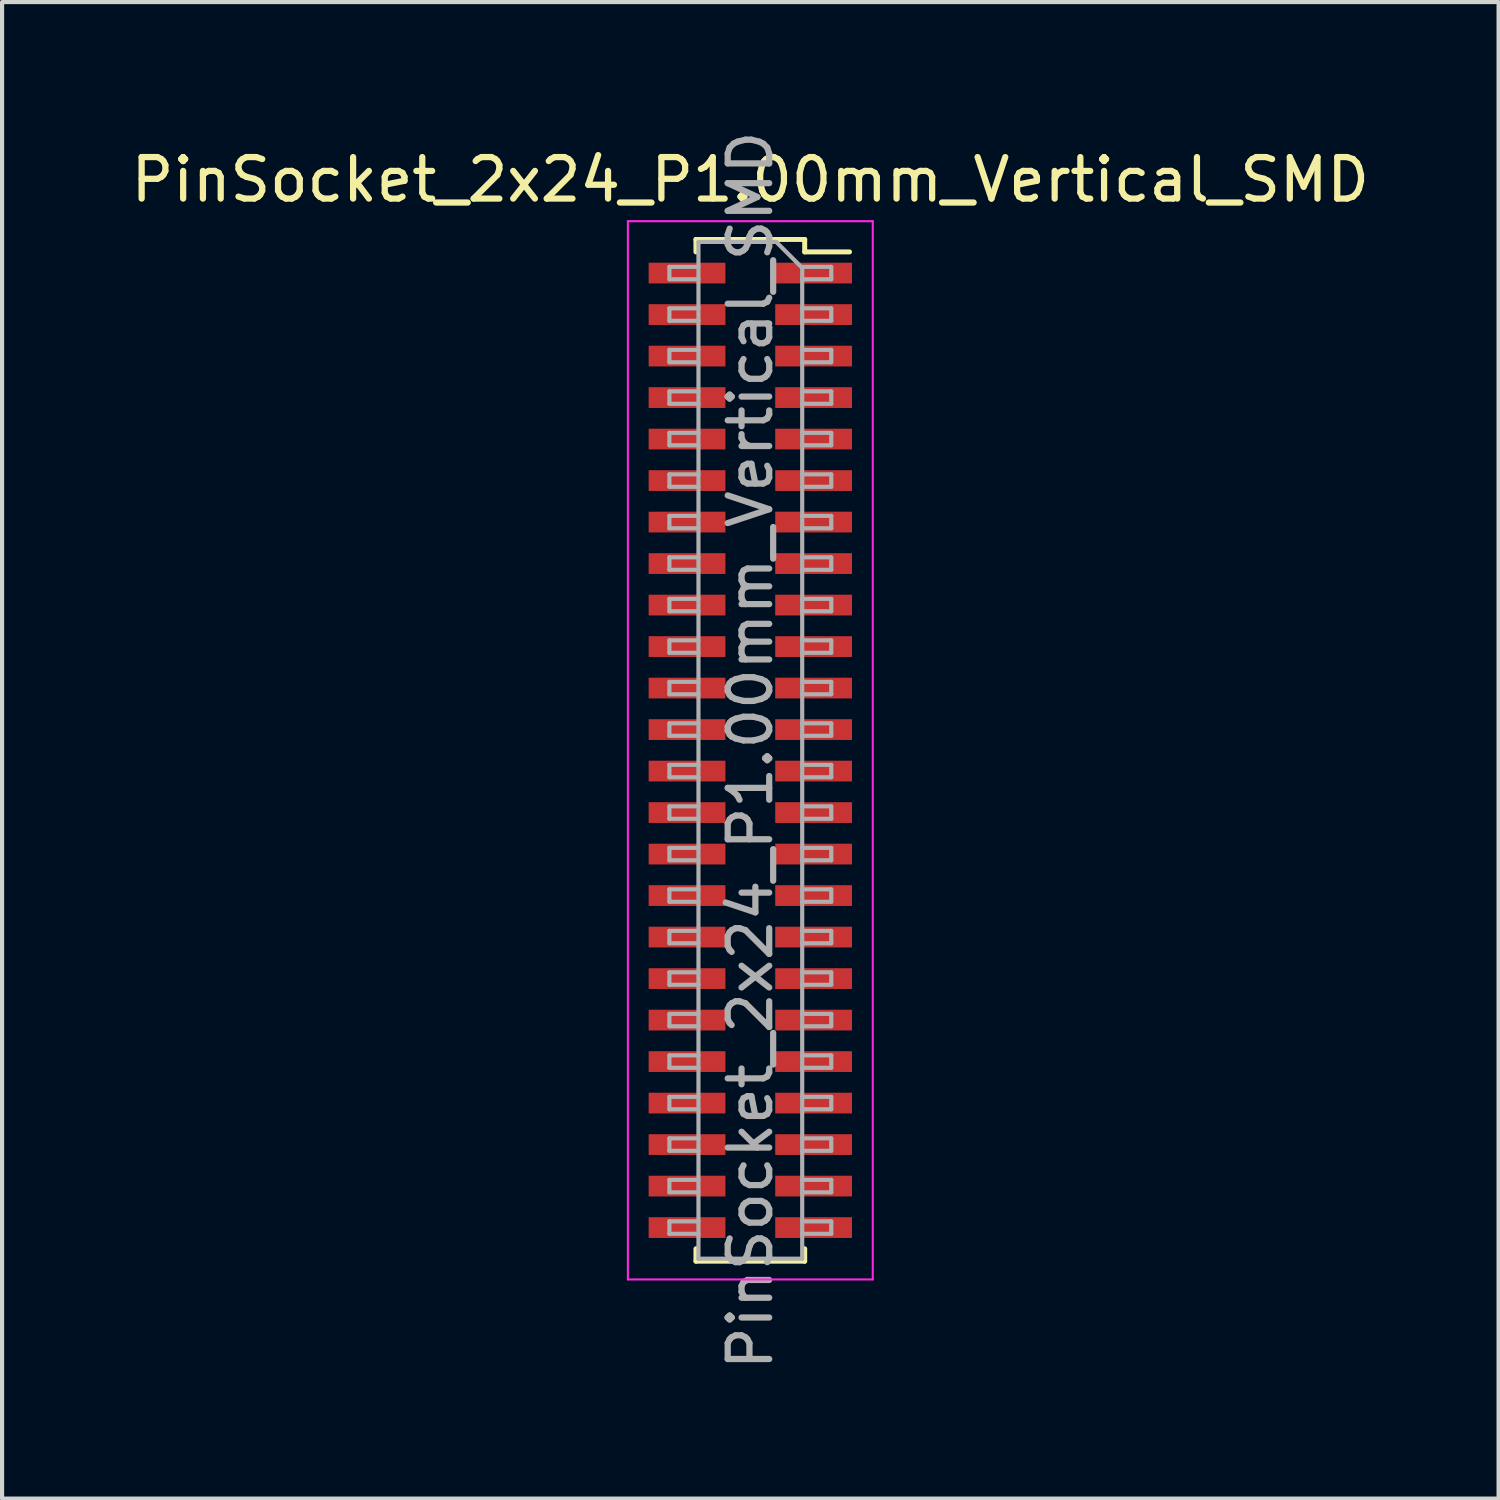
<source format=kicad_pcb>
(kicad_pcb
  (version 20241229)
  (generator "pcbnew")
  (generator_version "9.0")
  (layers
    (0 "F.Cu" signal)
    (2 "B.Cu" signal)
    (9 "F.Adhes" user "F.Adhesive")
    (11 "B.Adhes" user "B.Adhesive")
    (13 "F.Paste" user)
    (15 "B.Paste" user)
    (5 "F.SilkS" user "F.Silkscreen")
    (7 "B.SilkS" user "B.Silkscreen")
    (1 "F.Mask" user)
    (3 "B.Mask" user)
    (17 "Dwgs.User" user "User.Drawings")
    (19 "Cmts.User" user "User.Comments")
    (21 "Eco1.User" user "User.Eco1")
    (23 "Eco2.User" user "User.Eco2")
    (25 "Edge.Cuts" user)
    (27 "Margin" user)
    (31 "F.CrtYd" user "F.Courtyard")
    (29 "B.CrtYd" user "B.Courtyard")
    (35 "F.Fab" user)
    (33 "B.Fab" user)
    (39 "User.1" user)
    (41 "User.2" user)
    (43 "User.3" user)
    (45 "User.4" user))
  (footprint "PinSocket_2x24_P1.00mm_Vertical_SMD"
    (layer "F.Cu")
    (at 15.03 15.03)
    (property "Reference" "PinSocket_2x24_P1.00mm_Vertical_SMD" (at 0 -13.75 0) (layer "F.SilkS") (effects (font (size 1 1) (thickness 0.15))))
    (attr smd)
    (fp_line (start -1.31 -12.31) (end -1.31 -12.01) (stroke (width 0.12) (type solid)) (layer "F.SilkS"))
    (fp_line (start -1.31 -12.31) (end 1.31 -12.31) (stroke (width 0.12) (type solid)) (layer "F.SilkS"))
    (fp_line (start -1.31 12.01) (end -1.31 12.31) (stroke (width 0.12) (type solid)) (layer "F.SilkS"))
    (fp_line (start -1.31 12.31) (end 1.31 12.31) (stroke (width 0.12) (type solid)) (layer "F.SilkS"))
    (fp_line (start 1.31 -12.31) (end 1.31 -12.01) (stroke (width 0.12) (type solid)) (layer "F.SilkS"))
    (fp_line (start 1.31 -12.01) (end 2.39 -12.01) (stroke (width 0.12) (type solid)) (layer "F.SilkS"))
    (fp_line (start 1.31 12.01) (end 1.31 12.31) (stroke (width 0.12) (type solid)) (layer "F.SilkS"))
    (fp_line (start -2.95 -12.75) (end 2.95 -12.75) (stroke (width 0.05) (type solid)) (layer "F.CrtYd"))
    (fp_line (start -2.95 12.75) (end -2.95 -12.75) (stroke (width 0.05) (type solid)) (layer "F.CrtYd"))
    (fp_line (start 2.95 -12.75) (end 2.95 12.75) (stroke (width 0.05) (type solid)) (layer "F.CrtYd"))
    (fp_line (start 2.95 12.75) (end -2.95 12.75) (stroke (width 0.05) (type solid)) (layer "F.CrtYd"))
    (fp_line (start -1.95 -11.65) (end -1.25 -11.65) (stroke (width 0.1) (type solid)) (layer "F.Fab"))
    (fp_line (start -1.95 -11.35) (end -1.95 -11.65) (stroke (width 0.1) (type solid)) (layer "F.Fab"))
    (fp_line (start -1.95 -10.65) (end -1.25 -10.65) (stroke (width 0.1) (type solid)) (layer "F.Fab"))
    (fp_line (start -1.95 -10.35) (end -1.95 -10.65) (stroke (width 0.1) (type solid)) (layer "F.Fab"))
    (fp_line (start -1.95 -9.65) (end -1.25 -9.65) (stroke (width 0.1) (type solid)) (layer "F.Fab"))
    (fp_line (start -1.95 -9.35) (end -1.95 -9.65) (stroke (width 0.1) (type solid)) (layer "F.Fab"))
    (fp_line (start -1.95 -8.65) (end -1.25 -8.65) (stroke (width 0.1) (type solid)) (layer "F.Fab"))
    (fp_line (start -1.95 -8.35) (end -1.95 -8.65) (stroke (width 0.1) (type solid)) (layer "F.Fab"))
    (fp_line (start -1.95 -7.65) (end -1.25 -7.65) (stroke (width 0.1) (type solid)) (layer "F.Fab"))
    (fp_line (start -1.95 -7.35) (end -1.95 -7.65) (stroke (width 0.1) (type solid)) (layer "F.Fab"))
    (fp_line (start -1.95 -6.65) (end -1.25 -6.65) (stroke (width 0.1) (type solid)) (layer "F.Fab"))
    (fp_line (start -1.95 -6.35) (end -1.95 -6.65) (stroke (width 0.1) (type solid)) (layer "F.Fab"))
    (fp_line (start -1.95 -5.65) (end -1.25 -5.65) (stroke (width 0.1) (type solid)) (layer "F.Fab"))
    (fp_line (start -1.95 -5.35) (end -1.95 -5.65) (stroke (width 0.1) (type solid)) (layer "F.Fab"))
    (fp_line (start -1.95 -4.65) (end -1.25 -4.65) (stroke (width 0.1) (type solid)) (layer "F.Fab"))
    (fp_line (start -1.95 -4.35) (end -1.95 -4.65) (stroke (width 0.1) (type solid)) (layer "F.Fab"))
    (fp_line (start -1.95 -3.65) (end -1.25 -3.65) (stroke (width 0.1) (type solid)) (layer "F.Fab"))
    (fp_line (start -1.95 -3.35) (end -1.95 -3.65) (stroke (width 0.1) (type solid)) (layer "F.Fab"))
    (fp_line (start -1.95 -2.65) (end -1.25 -2.65) (stroke (width 0.1) (type solid)) (layer "F.Fab"))
    (fp_line (start -1.95 -2.35) (end -1.95 -2.65) (stroke (width 0.1) (type solid)) (layer "F.Fab"))
    (fp_line (start -1.95 -1.65) (end -1.25 -1.65) (stroke (width 0.1) (type solid)) (layer "F.Fab"))
    (fp_line (start -1.95 -1.35) (end -1.95 -1.65) (stroke (width 0.1) (type solid)) (layer "F.Fab"))
    (fp_line (start -1.95 -0.65) (end -1.25 -0.65) (stroke (width 0.1) (type solid)) (layer "F.Fab"))
    (fp_line (start -1.95 -0.35) (end -1.95 -0.65) (stroke (width 0.1) (type solid)) (layer "F.Fab"))
    (fp_line (start -1.95 0.35) (end -1.25 0.35) (stroke (width 0.1) (type solid)) (layer "F.Fab"))
    (fp_line (start -1.95 0.65) (end -1.95 0.35) (stroke (width 0.1) (type solid)) (layer "F.Fab"))
    (fp_line (start -1.95 1.35) (end -1.25 1.35) (stroke (width 0.1) (type solid)) (layer "F.Fab"))
    (fp_line (start -1.95 1.65) (end -1.95 1.35) (stroke (width 0.1) (type solid)) (layer "F.Fab"))
    (fp_line (start -1.95 2.35) (end -1.25 2.35) (stroke (width 0.1) (type solid)) (layer "F.Fab"))
    (fp_line (start -1.95 2.65) (end -1.95 2.35) (stroke (width 0.1) (type solid)) (layer "F.Fab"))
    (fp_line (start -1.95 3.35) (end -1.25 3.35) (stroke (width 0.1) (type solid)) (layer "F.Fab"))
    (fp_line (start -1.95 3.65) (end -1.95 3.35) (stroke (width 0.1) (type solid)) (layer "F.Fab"))
    (fp_line (start -1.95 4.35) (end -1.25 4.35) (stroke (width 0.1) (type solid)) (layer "F.Fab"))
    (fp_line (start -1.95 4.65) (end -1.95 4.35) (stroke (width 0.1) (type solid)) (layer "F.Fab"))
    (fp_line (start -1.95 5.35) (end -1.25 5.35) (stroke (width 0.1) (type solid)) (layer "F.Fab"))
    (fp_line (start -1.95 5.65) (end -1.95 5.35) (stroke (width 0.1) (type solid)) (layer "F.Fab"))
    (fp_line (start -1.95 6.35) (end -1.25 6.35) (stroke (width 0.1) (type solid)) (layer "F.Fab"))
    (fp_line (start -1.95 6.65) (end -1.95 6.35) (stroke (width 0.1) (type solid)) (layer "F.Fab"))
    (fp_line (start -1.95 7.35) (end -1.25 7.35) (stroke (width 0.1) (type solid)) (layer "F.Fab"))
    (fp_line (start -1.95 7.65) (end -1.95 7.35) (stroke (width 0.1) (type solid)) (layer "F.Fab"))
    (fp_line (start -1.95 8.35) (end -1.25 8.35) (stroke (width 0.1) (type solid)) (layer "F.Fab"))
    (fp_line (start -1.95 8.65) (end -1.95 8.35) (stroke (width 0.1) (type solid)) (layer "F.Fab"))
    (fp_line (start -1.95 9.35) (end -1.25 9.35) (stroke (width 0.1) (type solid)) (layer "F.Fab"))
    (fp_line (start -1.95 9.65) (end -1.95 9.35) (stroke (width 0.1) (type solid)) (layer "F.Fab"))
    (fp_line (start -1.95 10.35) (end -1.25 10.35) (stroke (width 0.1) (type solid)) (layer "F.Fab"))
    (fp_line (start -1.95 10.65) (end -1.95 10.35) (stroke (width 0.1) (type solid)) (layer "F.Fab"))
    (fp_line (start -1.95 11.35) (end -1.25 11.35) (stroke (width 0.1) (type solid)) (layer "F.Fab"))
    (fp_line (start -1.95 11.65) (end -1.95 11.35) (stroke (width 0.1) (type solid)) (layer "F.Fab"))
    (fp_line (start -1.25 -12.25) (end 0.625 -12.25) (stroke (width 0.1) (type solid)) (layer "F.Fab"))
    (fp_line (start -1.25 -11.35) (end -1.95 -11.35) (stroke (width 0.1) (type solid)) (layer "F.Fab"))
    (fp_line (start -1.25 -10.35) (end -1.95 -10.35) (stroke (width 0.1) (type solid)) (layer "F.Fab"))
    (fp_line (start -1.25 -9.35) (end -1.95 -9.35) (stroke (width 0.1) (type solid)) (layer "F.Fab"))
    (fp_line (start -1.25 -8.35) (end -1.95 -8.35) (stroke (width 0.1) (type solid)) (layer "F.Fab"))
    (fp_line (start -1.25 -7.35) (end -1.95 -7.35) (stroke (width 0.1) (type solid)) (layer "F.Fab"))
    (fp_line (start -1.25 -6.35) (end -1.95 -6.35) (stroke (width 0.1) (type solid)) (layer "F.Fab"))
    (fp_line (start -1.25 -5.35) (end -1.95 -5.35) (stroke (width 0.1) (type solid)) (layer "F.Fab"))
    (fp_line (start -1.25 -4.35) (end -1.95 -4.35) (stroke (width 0.1) (type solid)) (layer "F.Fab"))
    (fp_line (start -1.25 -3.35) (end -1.95 -3.35) (stroke (width 0.1) (type solid)) (layer "F.Fab"))
    (fp_line (start -1.25 -2.35) (end -1.95 -2.35) (stroke (width 0.1) (type solid)) (layer "F.Fab"))
    (fp_line (start -1.25 -1.35) (end -1.95 -1.35) (stroke (width 0.1) (type solid)) (layer "F.Fab"))
    (fp_line (start -1.25 -0.35) (end -1.95 -0.35) (stroke (width 0.1) (type solid)) (layer "F.Fab"))
    (fp_line (start -1.25 0.65) (end -1.95 0.65) (stroke (width 0.1) (type solid)) (layer "F.Fab"))
    (fp_line (start -1.25 1.65) (end -1.95 1.65) (stroke (width 0.1) (type solid)) (layer "F.Fab"))
    (fp_line (start -1.25 2.65) (end -1.95 2.65) (stroke (width 0.1) (type solid)) (layer "F.Fab"))
    (fp_line (start -1.25 3.65) (end -1.95 3.65) (stroke (width 0.1) (type solid)) (layer "F.Fab"))
    (fp_line (start -1.25 4.65) (end -1.95 4.65) (stroke (width 0.1) (type solid)) (layer "F.Fab"))
    (fp_line (start -1.25 5.65) (end -1.95 5.65) (stroke (width 0.1) (type solid)) (layer "F.Fab"))
    (fp_line (start -1.25 6.65) (end -1.95 6.65) (stroke (width 0.1) (type solid)) (layer "F.Fab"))
    (fp_line (start -1.25 7.65) (end -1.95 7.65) (stroke (width 0.1) (type solid)) (layer "F.Fab"))
    (fp_line (start -1.25 8.65) (end -1.95 8.65) (stroke (width 0.1) (type solid)) (layer "F.Fab"))
    (fp_line (start -1.25 9.65) (end -1.95 9.65) (stroke (width 0.1) (type solid)) (layer "F.Fab"))
    (fp_line (start -1.25 10.65) (end -1.95 10.65) (stroke (width 0.1) (type solid)) (layer "F.Fab"))
    (fp_line (start -1.25 11.65) (end -1.95 11.65) (stroke (width 0.1) (type solid)) (layer "F.Fab"))
    (fp_line (start -1.25 12.25) (end -1.25 -12.25) (stroke (width 0.1) (type solid)) (layer "F.Fab"))
    (fp_line (start 0.625 -12.25) (end 1.25 -11.625) (stroke (width 0.1) (type solid)) (layer "F.Fab"))
    (fp_line (start 1.25 -11.65) (end 1.95 -11.65) (stroke (width 0.1) (type solid)) (layer "F.Fab"))
    (fp_line (start 1.25 -11.625) (end 1.25 12.25) (stroke (width 0.1) (type solid)) (layer "F.Fab"))
    (fp_line (start 1.25 -10.65) (end 1.95 -10.65) (stroke (width 0.1) (type solid)) (layer "F.Fab"))
    (fp_line (start 1.25 -9.65) (end 1.95 -9.65) (stroke (width 0.1) (type solid)) (layer "F.Fab"))
    (fp_line (start 1.25 -8.65) (end 1.95 -8.65) (stroke (width 0.1) (type solid)) (layer "F.Fab"))
    (fp_line (start 1.25 -7.65) (end 1.95 -7.65) (stroke (width 0.1) (type solid)) (layer "F.Fab"))
    (fp_line (start 1.25 -6.65) (end 1.95 -6.65) (stroke (width 0.1) (type solid)) (layer "F.Fab"))
    (fp_line (start 1.25 -5.65) (end 1.95 -5.65) (stroke (width 0.1) (type solid)) (layer "F.Fab"))
    (fp_line (start 1.25 -4.65) (end 1.95 -4.65) (stroke (width 0.1) (type solid)) (layer "F.Fab"))
    (fp_line (start 1.25 -3.65) (end 1.95 -3.65) (stroke (width 0.1) (type solid)) (layer "F.Fab"))
    (fp_line (start 1.25 -2.65) (end 1.95 -2.65) (stroke (width 0.1) (type solid)) (layer "F.Fab"))
    (fp_line (start 1.25 -1.65) (end 1.95 -1.65) (stroke (width 0.1) (type solid)) (layer "F.Fab"))
    (fp_line (start 1.25 -0.65) (end 1.95 -0.65) (stroke (width 0.1) (type solid)) (layer "F.Fab"))
    (fp_line (start 1.25 0.35) (end 1.95 0.35) (stroke (width 0.1) (type solid)) (layer "F.Fab"))
    (fp_line (start 1.25 1.35) (end 1.95 1.35) (stroke (width 0.1) (type solid)) (layer "F.Fab"))
    (fp_line (start 1.25 2.35) (end 1.95 2.35) (stroke (width 0.1) (type solid)) (layer "F.Fab"))
    (fp_line (start 1.25 3.35) (end 1.95 3.35) (stroke (width 0.1) (type solid)) (layer "F.Fab"))
    (fp_line (start 1.25 4.35) (end 1.95 4.35) (stroke (width 0.1) (type solid)) (layer "F.Fab"))
    (fp_line (start 1.25 5.35) (end 1.95 5.35) (stroke (width 0.1) (type solid)) (layer "F.Fab"))
    (fp_line (start 1.25 6.35) (end 1.95 6.35) (stroke (width 0.1) (type solid)) (layer "F.Fab"))
    (fp_line (start 1.25 7.35) (end 1.95 7.35) (stroke (width 0.1) (type solid)) (layer "F.Fab"))
    (fp_line (start 1.25 8.35) (end 1.95 8.35) (stroke (width 0.1) (type solid)) (layer "F.Fab"))
    (fp_line (start 1.25 9.35) (end 1.95 9.35) (stroke (width 0.1) (type solid)) (layer "F.Fab"))
    (fp_line (start 1.25 10.35) (end 1.95 10.35) (stroke (width 0.1) (type solid)) (layer "F.Fab"))
    (fp_line (start 1.25 11.35) (end 1.95 11.35) (stroke (width 0.1) (type solid)) (layer "F.Fab"))
    (fp_line (start 1.25 12.25) (end -1.25 12.25) (stroke (width 0.1) (type solid)) (layer "F.Fab"))
    (fp_line (start 1.95 -11.65) (end 1.95 -11.35) (stroke (width 0.1) (type solid)) (layer "F.Fab"))
    (fp_line (start 1.95 -11.35) (end 1.25 -11.35) (stroke (width 0.1) (type solid)) (layer "F.Fab"))
    (fp_line (start 1.95 -10.65) (end 1.95 -10.35) (stroke (width 0.1) (type solid)) (layer "F.Fab"))
    (fp_line (start 1.95 -10.35) (end 1.25 -10.35) (stroke (width 0.1) (type solid)) (layer "F.Fab"))
    (fp_line (start 1.95 -9.65) (end 1.95 -9.35) (stroke (width 0.1) (type solid)) (layer "F.Fab"))
    (fp_line (start 1.95 -9.35) (end 1.25 -9.35) (stroke (width 0.1) (type solid)) (layer "F.Fab"))
    (fp_line (start 1.95 -8.65) (end 1.95 -8.35) (stroke (width 0.1) (type solid)) (layer "F.Fab"))
    (fp_line (start 1.95 -8.35) (end 1.25 -8.35) (stroke (width 0.1) (type solid)) (layer "F.Fab"))
    (fp_line (start 1.95 -7.65) (end 1.95 -7.35) (stroke (width 0.1) (type solid)) (layer "F.Fab"))
    (fp_line (start 1.95 -7.35) (end 1.25 -7.35) (stroke (width 0.1) (type solid)) (layer "F.Fab"))
    (fp_line (start 1.95 -6.65) (end 1.95 -6.35) (stroke (width 0.1) (type solid)) (layer "F.Fab"))
    (fp_line (start 1.95 -6.35) (end 1.25 -6.35) (stroke (width 0.1) (type solid)) (layer "F.Fab"))
    (fp_line (start 1.95 -5.65) (end 1.95 -5.35) (stroke (width 0.1) (type solid)) (layer "F.Fab"))
    (fp_line (start 1.95 -5.35) (end 1.25 -5.35) (stroke (width 0.1) (type solid)) (layer "F.Fab"))
    (fp_line (start 1.95 -4.65) (end 1.95 -4.35) (stroke (width 0.1) (type solid)) (layer "F.Fab"))
    (fp_line (start 1.95 -4.35) (end 1.25 -4.35) (stroke (width 0.1) (type solid)) (layer "F.Fab"))
    (fp_line (start 1.95 -3.65) (end 1.95 -3.35) (stroke (width 0.1) (type solid)) (layer "F.Fab"))
    (fp_line (start 1.95 -3.35) (end 1.25 -3.35) (stroke (width 0.1) (type solid)) (layer "F.Fab"))
    (fp_line (start 1.95 -2.65) (end 1.95 -2.35) (stroke (width 0.1) (type solid)) (layer "F.Fab"))
    (fp_line (start 1.95 -2.35) (end 1.25 -2.35) (stroke (width 0.1) (type solid)) (layer "F.Fab"))
    (fp_line (start 1.95 -1.65) (end 1.95 -1.35) (stroke (width 0.1) (type solid)) (layer "F.Fab"))
    (fp_line (start 1.95 -1.35) (end 1.25 -1.35) (stroke (width 0.1) (type solid)) (layer "F.Fab"))
    (fp_line (start 1.95 -0.65) (end 1.95 -0.35) (stroke (width 0.1) (type solid)) (layer "F.Fab"))
    (fp_line (start 1.95 -0.35) (end 1.25 -0.35) (stroke (width 0.1) (type solid)) (layer "F.Fab"))
    (fp_line (start 1.95 0.35) (end 1.95 0.65) (stroke (width 0.1) (type solid)) (layer "F.Fab"))
    (fp_line (start 1.95 0.65) (end 1.25 0.65) (stroke (width 0.1) (type solid)) (layer "F.Fab"))
    (fp_line (start 1.95 1.35) (end 1.95 1.65) (stroke (width 0.1) (type solid)) (layer "F.Fab"))
    (fp_line (start 1.95 1.65) (end 1.25 1.65) (stroke (width 0.1) (type solid)) (layer "F.Fab"))
    (fp_line (start 1.95 2.35) (end 1.95 2.65) (stroke (width 0.1) (type solid)) (layer "F.Fab"))
    (fp_line (start 1.95 2.65) (end 1.25 2.65) (stroke (width 0.1) (type solid)) (layer "F.Fab"))
    (fp_line (start 1.95 3.35) (end 1.95 3.65) (stroke (width 0.1) (type solid)) (layer "F.Fab"))
    (fp_line (start 1.95 3.65) (end 1.25 3.65) (stroke (width 0.1) (type solid)) (layer "F.Fab"))
    (fp_line (start 1.95 4.35) (end 1.95 4.65) (stroke (width 0.1) (type solid)) (layer "F.Fab"))
    (fp_line (start 1.95 4.65) (end 1.25 4.65) (stroke (width 0.1) (type solid)) (layer "F.Fab"))
    (fp_line (start 1.95 5.35) (end 1.95 5.65) (stroke (width 0.1) (type solid)) (layer "F.Fab"))
    (fp_line (start 1.95 5.65) (end 1.25 5.65) (stroke (width 0.1) (type solid)) (layer "F.Fab"))
    (fp_line (start 1.95 6.35) (end 1.95 6.65) (stroke (width 0.1) (type solid)) (layer "F.Fab"))
    (fp_line (start 1.95 6.65) (end 1.25 6.65) (stroke (width 0.1) (type solid)) (layer "F.Fab"))
    (fp_line (start 1.95 7.35) (end 1.95 7.65) (stroke (width 0.1) (type solid)) (layer "F.Fab"))
    (fp_line (start 1.95 7.65) (end 1.25 7.65) (stroke (width 0.1) (type solid)) (layer "F.Fab"))
    (fp_line (start 1.95 8.35) (end 1.95 8.65) (stroke (width 0.1) (type solid)) (layer "F.Fab"))
    (fp_line (start 1.95 8.65) (end 1.25 8.65) (stroke (width 0.1) (type solid)) (layer "F.Fab"))
    (fp_line (start 1.95 9.35) (end 1.95 9.65) (stroke (width 0.1) (type solid)) (layer "F.Fab"))
    (fp_line (start 1.95 9.65) (end 1.25 9.65) (stroke (width 0.1) (type solid)) (layer "F.Fab"))
    (fp_line (start 1.95 10.35) (end 1.95 10.65) (stroke (width 0.1) (type solid)) (layer "F.Fab"))
    (fp_line (start 1.95 10.65) (end 1.25 10.65) (stroke (width 0.1) (type solid)) (layer "F.Fab"))
    (fp_line (start 1.95 11.35) (end 1.95 11.65) (stroke (width 0.1) (type solid)) (layer "F.Fab"))
    (fp_line (start 1.95 11.65) (end 1.25 11.65) (stroke (width 0.1) (type solid)) (layer "F.Fab"))
    (fp_text user "${REFERENCE}" (at 0 0 90) (layer "F.Fab") (effects (font (size 1 1) (thickness 0.15))))
    (pad "1" smd rect (at 1.525 -11.5) (size 1.85 0.5) (layers "F.Cu" "F.Mask" "F.Paste"))
    (pad "2" smd rect (at -1.525 -11.5) (size 1.85 0.5) (layers "F.Cu" "F.Mask" "F.Paste"))
    (pad "3" smd rect (at 1.525 -10.5) (size 1.85 0.5) (layers "F.Cu" "F.Mask" "F.Paste"))
    (pad "4" smd rect (at -1.525 -10.5) (size 1.85 0.5) (layers "F.Cu" "F.Mask" "F.Paste"))
    (pad "5" smd rect (at 1.525 -9.5) (size 1.85 0.5) (layers "F.Cu" "F.Mask" "F.Paste"))
    (pad "6" smd rect (at -1.525 -9.5) (size 1.85 0.5) (layers "F.Cu" "F.Mask" "F.Paste"))
    (pad "7" smd rect (at 1.525 -8.5) (size 1.85 0.5) (layers "F.Cu" "F.Mask" "F.Paste"))
    (pad "8" smd rect (at -1.525 -8.5) (size 1.85 0.5) (layers "F.Cu" "F.Mask" "F.Paste"))
    (pad "9" smd rect (at 1.525 -7.5) (size 1.85 0.5) (layers "F.Cu" "F.Mask" "F.Paste"))
    (pad "10" smd rect (at -1.525 -7.5) (size 1.85 0.5) (layers "F.Cu" "F.Mask" "F.Paste"))
    (pad "11" smd rect (at 1.525 -6.5) (size 1.85 0.5) (layers "F.Cu" "F.Mask" "F.Paste"))
    (pad "12" smd rect (at -1.525 -6.5) (size 1.85 0.5) (layers "F.Cu" "F.Mask" "F.Paste"))
    (pad "13" smd rect (at 1.525 -5.5) (size 1.85 0.5) (layers "F.Cu" "F.Mask" "F.Paste"))
    (pad "14" smd rect (at -1.525 -5.5) (size 1.85 0.5) (layers "F.Cu" "F.Mask" "F.Paste"))
    (pad "15" smd rect (at 1.525 -4.5) (size 1.85 0.5) (layers "F.Cu" "F.Mask" "F.Paste"))
    (pad "16" smd rect (at -1.525 -4.5) (size 1.85 0.5) (layers "F.Cu" "F.Mask" "F.Paste"))
    (pad "17" smd rect (at 1.525 -3.5) (size 1.85 0.5) (layers "F.Cu" "F.Mask" "F.Paste"))
    (pad "18" smd rect (at -1.525 -3.5) (size 1.85 0.5) (layers "F.Cu" "F.Mask" "F.Paste"))
    (pad "19" smd rect (at 1.525 -2.5) (size 1.85 0.5) (layers "F.Cu" "F.Mask" "F.Paste"))
    (pad "20" smd rect (at -1.525 -2.5) (size 1.85 0.5) (layers "F.Cu" "F.Mask" "F.Paste"))
    (pad "21" smd rect (at 1.525 -1.5) (size 1.85 0.5) (layers "F.Cu" "F.Mask" "F.Paste"))
    (pad "22" smd rect (at -1.525 -1.5) (size 1.85 0.5) (layers "F.Cu" "F.Mask" "F.Paste"))
    (pad "23" smd rect (at 1.525 -0.5) (size 1.85 0.5) (layers "F.Cu" "F.Mask" "F.Paste"))
    (pad "24" smd rect (at -1.525 -0.5) (size 1.85 0.5) (layers "F.Cu" "F.Mask" "F.Paste"))
    (pad "25" smd rect (at 1.525 0.5) (size 1.85 0.5) (layers "F.Cu" "F.Mask" "F.Paste"))
    (pad "26" smd rect (at -1.525 0.5) (size 1.85 0.5) (layers "F.Cu" "F.Mask" "F.Paste"))
    (pad "27" smd rect (at 1.525 1.5) (size 1.85 0.5) (layers "F.Cu" "F.Mask" "F.Paste"))
    (pad "28" smd rect (at -1.525 1.5) (size 1.85 0.5) (layers "F.Cu" "F.Mask" "F.Paste"))
    (pad "29" smd rect (at 1.525 2.5) (size 1.85 0.5) (layers "F.Cu" "F.Mask" "F.Paste"))
    (pad "30" smd rect (at -1.525 2.5) (size 1.85 0.5) (layers "F.Cu" "F.Mask" "F.Paste"))
    (pad "31" smd rect (at 1.525 3.5) (size 1.85 0.5) (layers "F.Cu" "F.Mask" "F.Paste"))
    (pad "32" smd rect (at -1.525 3.5) (size 1.85 0.5) (layers "F.Cu" "F.Mask" "F.Paste"))
    (pad "33" smd rect (at 1.525 4.5) (size 1.85 0.5) (layers "F.Cu" "F.Mask" "F.Paste"))
    (pad "34" smd rect (at -1.525 4.5) (size 1.85 0.5) (layers "F.Cu" "F.Mask" "F.Paste"))
    (pad "35" smd rect (at 1.525 5.5) (size 1.85 0.5) (layers "F.Cu" "F.Mask" "F.Paste"))
    (pad "36" smd rect (at -1.525 5.5) (size 1.85 0.5) (layers "F.Cu" "F.Mask" "F.Paste"))
    (pad "37" smd rect (at 1.525 6.5) (size 1.85 0.5) (layers "F.Cu" "F.Mask" "F.Paste"))
    (pad "38" smd rect (at -1.525 6.5) (size 1.85 0.5) (layers "F.Cu" "F.Mask" "F.Paste"))
    (pad "39" smd rect (at 1.525 7.5) (size 1.85 0.5) (layers "F.Cu" "F.Mask" "F.Paste"))
    (pad "40" smd rect (at -1.525 7.5) (size 1.85 0.5) (layers "F.Cu" "F.Mask" "F.Paste"))
    (pad "41" smd rect (at 1.525 8.5) (size 1.85 0.5) (layers "F.Cu" "F.Mask" "F.Paste"))
    (pad "42" smd rect (at -1.525 8.5) (size 1.85 0.5) (layers "F.Cu" "F.Mask" "F.Paste"))
    (pad "43" smd rect (at 1.525 9.5) (size 1.85 0.5) (layers "F.Cu" "F.Mask" "F.Paste"))
    (pad "44" smd rect (at -1.525 9.5) (size 1.85 0.5) (layers "F.Cu" "F.Mask" "F.Paste"))
    (pad "45" smd rect (at 1.525 10.5) (size 1.85 0.5) (layers "F.Cu" "F.Mask" "F.Paste"))
    (pad "46" smd rect (at -1.525 10.5) (size 1.85 0.5) (layers "F.Cu" "F.Mask" "F.Paste"))
    (pad "47" smd rect (at 1.525 11.5) (size 1.85 0.5) (layers "F.Cu" "F.Mask" "F.Paste"))
    (pad "48" smd rect (at -1.525 11.5) (size 1.85 0.5) (layers "F.Cu" "F.Mask" "F.Paste")))
  (gr_rect
    (start -3 -3)
    (end 33.06 33.06)
    (stroke (width 0.1) (type default))
    (fill no)
    (layer "Edge.Cuts")))
</source>
